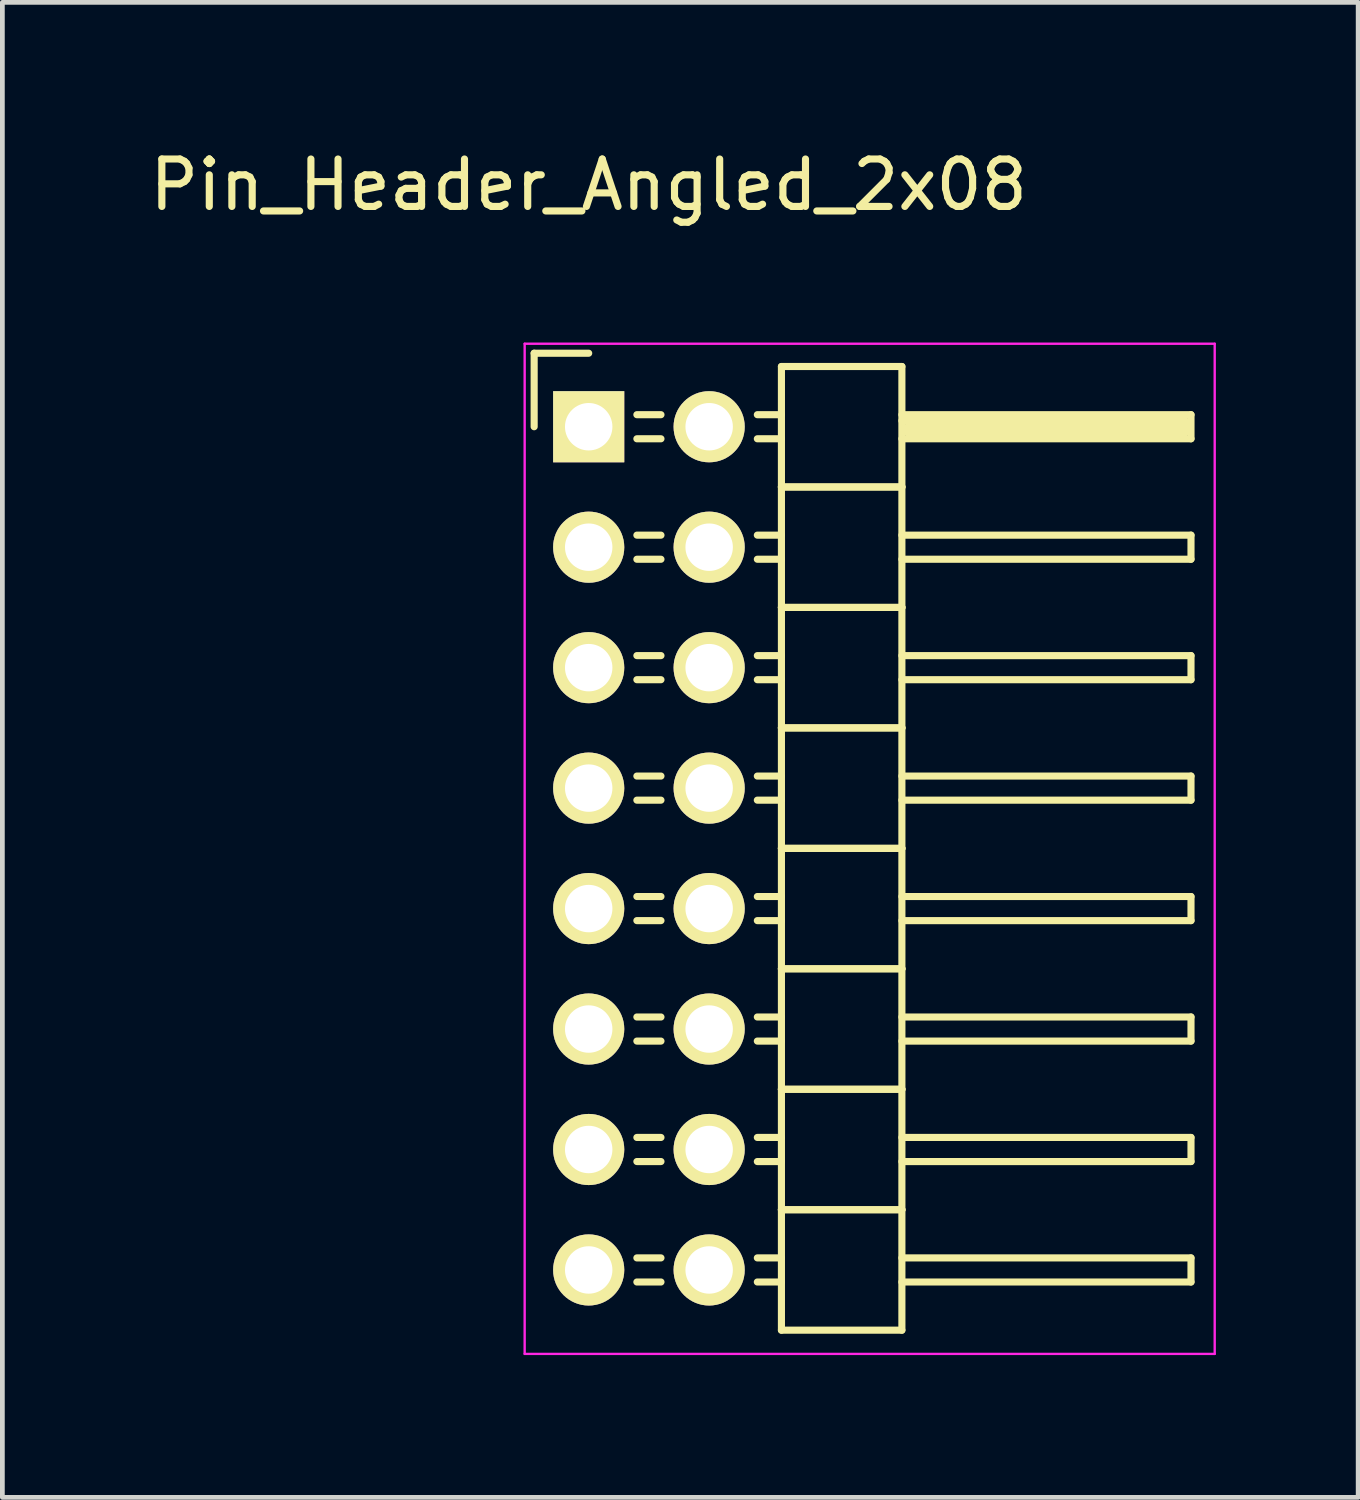
<source format=kicad_pcb>
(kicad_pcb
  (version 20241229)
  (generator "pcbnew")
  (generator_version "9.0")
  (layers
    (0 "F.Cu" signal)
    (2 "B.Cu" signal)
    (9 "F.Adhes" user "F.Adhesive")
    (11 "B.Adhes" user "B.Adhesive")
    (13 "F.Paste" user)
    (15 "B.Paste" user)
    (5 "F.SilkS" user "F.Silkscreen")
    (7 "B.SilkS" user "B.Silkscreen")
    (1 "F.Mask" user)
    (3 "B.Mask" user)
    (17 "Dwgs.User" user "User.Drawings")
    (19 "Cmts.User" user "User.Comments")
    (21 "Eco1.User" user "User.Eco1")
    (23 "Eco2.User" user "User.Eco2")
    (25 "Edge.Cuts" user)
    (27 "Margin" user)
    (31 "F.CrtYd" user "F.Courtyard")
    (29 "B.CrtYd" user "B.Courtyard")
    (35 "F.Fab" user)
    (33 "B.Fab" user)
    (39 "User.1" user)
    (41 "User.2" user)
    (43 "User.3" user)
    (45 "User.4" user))
  (footprint "Pin_Header_Angled_2x08"
    (layer "F.Cu")
    (at 9.363 5.948)
    (property "Reference" "Pin_Header_Angled_2x08" (at 0 -5.1 0) (layer "F.SilkS") (effects (font (size 1 1) (thickness 0.15))))
    (attr through_hole)
    (fp_line (start -1.15 -1.55) (end -1.15 0) (stroke (width 0.15) (type solid)) (layer "F.SilkS"))
    (fp_line (start 0 -1.55) (end -1.15 -1.55) (stroke (width 0.15) (type solid)) (layer "F.SilkS"))
    (fp_line (start 1.524 -0.254) (end 1.016 -0.254) (stroke (width 0.15) (type solid)) (layer "F.SilkS"))
    (fp_line (start 1.524 0.254) (end 1.016 0.254) (stroke (width 0.15) (type solid)) (layer "F.SilkS"))
    (fp_line (start 1.524 2.286) (end 1.016 2.286) (stroke (width 0.15) (type solid)) (layer "F.SilkS"))
    (fp_line (start 1.524 2.794) (end 1.016 2.794) (stroke (width 0.15) (type solid)) (layer "F.SilkS"))
    (fp_line (start 1.524 4.826) (end 1.016 4.826) (stroke (width 0.15) (type solid)) (layer "F.SilkS"))
    (fp_line (start 1.524 5.334) (end 1.016 5.334) (stroke (width 0.15) (type solid)) (layer "F.SilkS"))
    (fp_line (start 1.524 7.366) (end 1.016 7.366) (stroke (width 0.15) (type solid)) (layer "F.SilkS"))
    (fp_line (start 1.524 7.874) (end 1.016 7.874) (stroke (width 0.15) (type solid)) (layer "F.SilkS"))
    (fp_line (start 1.524 9.906) (end 1.016 9.906) (stroke (width 0.15) (type solid)) (layer "F.SilkS"))
    (fp_line (start 1.524 10.414) (end 1.016 10.414) (stroke (width 0.15) (type solid)) (layer "F.SilkS"))
    (fp_line (start 1.524 12.446) (end 1.016 12.446) (stroke (width 0.15) (type solid)) (layer "F.SilkS"))
    (fp_line (start 1.524 12.954) (end 1.016 12.954) (stroke (width 0.15) (type solid)) (layer "F.SilkS"))
    (fp_line (start 1.524 14.986) (end 1.016 14.986) (stroke (width 0.15) (type solid)) (layer "F.SilkS"))
    (fp_line (start 1.524 15.494) (end 1.016 15.494) (stroke (width 0.15) (type solid)) (layer "F.SilkS"))
    (fp_line (start 1.524 17.526) (end 1.016 17.526) (stroke (width 0.15) (type solid)) (layer "F.SilkS"))
    (fp_line (start 1.524 18.034) (end 1.016 18.034) (stroke (width 0.15) (type solid)) (layer "F.SilkS"))
    (fp_line (start 4.064 -1.27) (end 4.064 1.27) (stroke (width 0.15) (type solid)) (layer "F.SilkS"))
    (fp_line (start 4.064 -1.27) (end 6.604 -1.27) (stroke (width 0.15) (type solid)) (layer "F.SilkS"))
    (fp_line (start 4.064 -0.254) (end 3.556 -0.254) (stroke (width 0.15) (type solid)) (layer "F.SilkS"))
    (fp_line (start 4.064 0.254) (end 3.556 0.254) (stroke (width 0.15) (type solid)) (layer "F.SilkS"))
    (fp_line (start 4.064 1.27) (end 4.064 3.81) (stroke (width 0.15) (type solid)) (layer "F.SilkS"))
    (fp_line (start 4.064 1.27) (end 6.604 1.27) (stroke (width 0.15) (type solid)) (layer "F.SilkS"))
    (fp_line (start 4.064 1.27) (end 6.604 1.27) (stroke (width 0.15) (type solid)) (layer "F.SilkS"))
    (fp_line (start 4.064 2.286) (end 3.556 2.286) (stroke (width 0.15) (type solid)) (layer "F.SilkS"))
    (fp_line (start 4.064 2.794) (end 3.556 2.794) (stroke (width 0.15) (type solid)) (layer "F.SilkS"))
    (fp_line (start 4.064 3.81) (end 4.064 6.35) (stroke (width 0.15) (type solid)) (layer "F.SilkS"))
    (fp_line (start 4.064 3.81) (end 6.604 3.81) (stroke (width 0.15) (type solid)) (layer "F.SilkS"))
    (fp_line (start 4.064 3.81) (end 6.604 3.81) (stroke (width 0.15) (type solid)) (layer "F.SilkS"))
    (fp_line (start 4.064 4.826) (end 3.556 4.826) (stroke (width 0.15) (type solid)) (layer "F.SilkS"))
    (fp_line (start 4.064 5.334) (end 3.556 5.334) (stroke (width 0.15) (type solid)) (layer "F.SilkS"))
    (fp_line (start 4.064 6.35) (end 4.064 8.89) (stroke (width 0.15) (type solid)) (layer "F.SilkS"))
    (fp_line (start 4.064 6.35) (end 6.604 6.35) (stroke (width 0.15) (type solid)) (layer "F.SilkS"))
    (fp_line (start 4.064 6.35) (end 6.604 6.35) (stroke (width 0.15) (type solid)) (layer "F.SilkS"))
    (fp_line (start 4.064 7.366) (end 3.556 7.366) (stroke (width 0.15) (type solid)) (layer "F.SilkS"))
    (fp_line (start 4.064 7.874) (end 3.556 7.874) (stroke (width 0.15) (type solid)) (layer "F.SilkS"))
    (fp_line (start 4.064 8.89) (end 4.064 11.43) (stroke (width 0.15) (type solid)) (layer "F.SilkS"))
    (fp_line (start 4.064 8.89) (end 6.604 8.89) (stroke (width 0.15) (type solid)) (layer "F.SilkS"))
    (fp_line (start 4.064 8.89) (end 6.604 8.89) (stroke (width 0.15) (type solid)) (layer "F.SilkS"))
    (fp_line (start 4.064 9.906) (end 3.556 9.906) (stroke (width 0.15) (type solid)) (layer "F.SilkS"))
    (fp_line (start 4.064 10.414) (end 3.556 10.414) (stroke (width 0.15) (type solid)) (layer "F.SilkS"))
    (fp_line (start 4.064 11.43) (end 4.064 13.97) (stroke (width 0.15) (type solid)) (layer "F.SilkS"))
    (fp_line (start 4.064 11.43) (end 6.604 11.43) (stroke (width 0.15) (type solid)) (layer "F.SilkS"))
    (fp_line (start 4.064 11.43) (end 6.604 11.43) (stroke (width 0.15) (type solid)) (layer "F.SilkS"))
    (fp_line (start 4.064 12.446) (end 3.556 12.446) (stroke (width 0.15) (type solid)) (layer "F.SilkS"))
    (fp_line (start 4.064 12.954) (end 3.556 12.954) (stroke (width 0.15) (type solid)) (layer "F.SilkS"))
    (fp_line (start 4.064 13.97) (end 4.064 16.51) (stroke (width 0.15) (type solid)) (layer "F.SilkS"))
    (fp_line (start 4.064 13.97) (end 6.604 13.97) (stroke (width 0.15) (type solid)) (layer "F.SilkS"))
    (fp_line (start 4.064 13.97) (end 6.604 13.97) (stroke (width 0.15) (type solid)) (layer "F.SilkS"))
    (fp_line (start 4.064 14.986) (end 3.556 14.986) (stroke (width 0.15) (type solid)) (layer "F.SilkS"))
    (fp_line (start 4.064 15.494) (end 3.556 15.494) (stroke (width 0.15) (type solid)) (layer "F.SilkS"))
    (fp_line (start 4.064 16.51) (end 4.064 19.05) (stroke (width 0.15) (type solid)) (layer "F.SilkS"))
    (fp_line (start 4.064 16.51) (end 6.604 16.51) (stroke (width 0.15) (type solid)) (layer "F.SilkS"))
    (fp_line (start 4.064 16.51) (end 6.604 16.51) (stroke (width 0.15) (type solid)) (layer "F.SilkS"))
    (fp_line (start 4.064 17.526) (end 3.556 17.526) (stroke (width 0.15) (type solid)) (layer "F.SilkS"))
    (fp_line (start 4.064 18.034) (end 3.556 18.034) (stroke (width 0.15) (type solid)) (layer "F.SilkS"))
    (fp_line (start 4.064 19.05) (end 6.604 19.05) (stroke (width 0.15) (type solid)) (layer "F.SilkS"))
    (fp_line (start 6.604 -0.254) (end 12.7 -0.254) (stroke (width 0.15) (type solid)) (layer "F.SilkS"))
    (fp_line (start 6.604 -0.127) (end 12.573 -0.127) (stroke (width 0.15) (type solid)) (layer "F.SilkS"))
    (fp_line (start 6.604 1.27) (end 6.604 -1.27) (stroke (width 0.15) (type solid)) (layer "F.SilkS"))
    (fp_line (start 6.604 2.286) (end 12.7 2.286) (stroke (width 0.15) (type solid)) (layer "F.SilkS"))
    (fp_line (start 6.604 3.81) (end 6.604 1.27) (stroke (width 0.15) (type solid)) (layer "F.SilkS"))
    (fp_line (start 6.604 4.826) (end 12.7 4.826) (stroke (width 0.15) (type solid)) (layer "F.SilkS"))
    (fp_line (start 6.604 6.35) (end 6.604 3.81) (stroke (width 0.15) (type solid)) (layer "F.SilkS"))
    (fp_line (start 6.604 7.366) (end 12.7 7.366) (stroke (width 0.15) (type solid)) (layer "F.SilkS"))
    (fp_line (start 6.604 8.89) (end 6.604 6.35) (stroke (width 0.15) (type solid)) (layer "F.SilkS"))
    (fp_line (start 6.604 9.906) (end 12.7 9.906) (stroke (width 0.15) (type solid)) (layer "F.SilkS"))
    (fp_line (start 6.604 11.43) (end 6.604 8.89) (stroke (width 0.15) (type solid)) (layer "F.SilkS"))
    (fp_line (start 6.604 12.446) (end 12.7 12.446) (stroke (width 0.15) (type solid)) (layer "F.SilkS"))
    (fp_line (start 6.604 13.97) (end 6.604 11.43) (stroke (width 0.15) (type solid)) (layer "F.SilkS"))
    (fp_line (start 6.604 14.986) (end 12.7 14.986) (stroke (width 0.15) (type solid)) (layer "F.SilkS"))
    (fp_line (start 6.604 16.51) (end 6.604 13.97) (stroke (width 0.15) (type solid)) (layer "F.SilkS"))
    (fp_line (start 6.604 17.526) (end 12.7 17.526) (stroke (width 0.15) (type solid)) (layer "F.SilkS"))
    (fp_line (start 6.604 19.05) (end 6.604 16.51) (stroke (width 0.15) (type solid)) (layer "F.SilkS"))
    (fp_line (start 6.731 0) (end 12.573 0) (stroke (width 0.15) (type solid)) (layer "F.SilkS"))
    (fp_line (start 6.731 0.127) (end 6.731 0) (stroke (width 0.15) (type solid)) (layer "F.SilkS"))
    (fp_line (start 12.573 -0.127) (end 12.573 0.127) (stroke (width 0.15) (type solid)) (layer "F.SilkS"))
    (fp_line (start 12.573 0.127) (end 6.731 0.127) (stroke (width 0.15) (type solid)) (layer "F.SilkS"))
    (fp_line (start 12.7 -0.254) (end 12.7 0.254) (stroke (width 0.15) (type solid)) (layer "F.SilkS"))
    (fp_line (start 12.7 0.254) (end 6.604 0.254) (stroke (width 0.15) (type solid)) (layer "F.SilkS"))
    (fp_line (start 12.7 2.286) (end 12.7 2.794) (stroke (width 0.15) (type solid)) (layer "F.SilkS"))
    (fp_line (start 12.7 2.794) (end 6.604 2.794) (stroke (width 0.15) (type solid)) (layer "F.SilkS"))
    (fp_line (start 12.7 4.826) (end 12.7 5.334) (stroke (width 0.15) (type solid)) (layer "F.SilkS"))
    (fp_line (start 12.7 5.334) (end 6.604 5.334) (stroke (width 0.15) (type solid)) (layer "F.SilkS"))
    (fp_line (start 12.7 7.366) (end 12.7 7.874) (stroke (width 0.15) (type solid)) (layer "F.SilkS"))
    (fp_line (start 12.7 7.874) (end 6.604 7.874) (stroke (width 0.15) (type solid)) (layer "F.SilkS"))
    (fp_line (start 12.7 9.906) (end 12.7 10.414) (stroke (width 0.15) (type solid)) (layer "F.SilkS"))
    (fp_line (start 12.7 10.414) (end 6.604 10.414) (stroke (width 0.15) (type solid)) (layer "F.SilkS"))
    (fp_line (start 12.7 12.446) (end 12.7 12.954) (stroke (width 0.15) (type solid)) (layer "F.SilkS"))
    (fp_line (start 12.7 12.954) (end 6.604 12.954) (stroke (width 0.15) (type solid)) (layer "F.SilkS"))
    (fp_line (start 12.7 14.986) (end 12.7 15.494) (stroke (width 0.15) (type solid)) (layer "F.SilkS"))
    (fp_line (start 12.7 15.494) (end 6.604 15.494) (stroke (width 0.15) (type solid)) (layer "F.SilkS"))
    (fp_line (start 12.7 17.526) (end 12.7 18.034) (stroke (width 0.15) (type solid)) (layer "F.SilkS"))
    (fp_line (start 12.7 18.034) (end 6.604 18.034) (stroke (width 0.15) (type solid)) (layer "F.SilkS"))
    (fp_line (start -1.35 -1.75) (end -1.35 19.55) (stroke (width 0.05) (type solid)) (layer "F.CrtYd"))
    (fp_line (start -1.35 -1.75) (end 13.2 -1.75) (stroke (width 0.05) (type solid)) (layer "F.CrtYd"))
    (fp_line (start -1.35 19.55) (end 13.2 19.55) (stroke (width 0.05) (type solid)) (layer "F.CrtYd"))
    (fp_line (start 13.2 -1.75) (end 13.2 19.55) (stroke (width 0.05) (type solid)) (layer "F.CrtYd"))
    (pad "1" thru_hole rect (at 0 0) (size 1.5 1.5) (drill 1) (layers "*.Cu" "*.Mask" "F.SilkS"))
    (pad "2" thru_hole circle (at 2.54 0) (size 1.5 1.5) (drill 1) (layers "*.Cu" "*.Mask" "F.SilkS"))
    (pad "3" thru_hole circle (at 0 2.54) (size 1.5 1.5) (drill 1) (layers "*.Cu" "*.Mask" "F.SilkS"))
    (pad "4" thru_hole circle (at 2.54 2.54) (size 1.5 1.5) (drill 1) (layers "*.Cu" "*.Mask" "F.SilkS"))
    (pad "5" thru_hole circle (at 0 5.08) (size 1.5 1.5) (drill 1) (layers "*.Cu" "*.Mask" "F.SilkS"))
    (pad "6" thru_hole circle (at 2.54 5.08) (size 1.5 1.5) (drill 1) (layers "*.Cu" "*.Mask" "F.SilkS"))
    (pad "7" thru_hole circle (at 0 7.62) (size 1.5 1.5) (drill 1) (layers "*.Cu" "*.Mask" "F.SilkS"))
    (pad "8" thru_hole circle (at 2.54 7.62) (size 1.5 1.5) (drill 1) (layers "*.Cu" "*.Mask" "F.SilkS"))
    (pad "9" thru_hole circle (at 0 10.16) (size 1.5 1.5) (drill 1) (layers "*.Cu" "*.Mask" "F.SilkS"))
    (pad "10" thru_hole circle (at 2.54 10.16) (size 1.5 1.5) (drill 1) (layers "*.Cu" "*.Mask" "F.SilkS"))
    (pad "11" thru_hole circle (at 0 12.7) (size 1.5 1.5) (drill 1) (layers "*.Cu" "*.Mask" "F.SilkS"))
    (pad "12" thru_hole circle (at 2.54 12.7) (size 1.5 1.5) (drill 1) (layers "*.Cu" "*.Mask" "F.SilkS"))
    (pad "13" thru_hole circle (at 0 15.24) (size 1.5 1.5) (drill 1) (layers "*.Cu" "*.Mask" "F.SilkS"))
    (pad "14" thru_hole circle (at 2.54 15.24) (size 1.5 1.5) (drill 1) (layers "*.Cu" "*.Mask" "F.SilkS"))
    (pad "15" thru_hole circle (at 0 17.78) (size 1.5 1.5) (drill 1) (layers "*.Cu" "*.Mask" "F.SilkS"))
    (pad "16" thru_hole circle (at 2.54 17.78) (size 1.5 1.5) (drill 1) (layers "*.Cu" "*.Mask" "F.SilkS")))
  (gr_rect
    (start -3 -3)
    (end 25.588 28.523)
    (stroke (width 0.1) (type default))
    (fill no)
    (layer "Edge.Cuts")))
</source>
